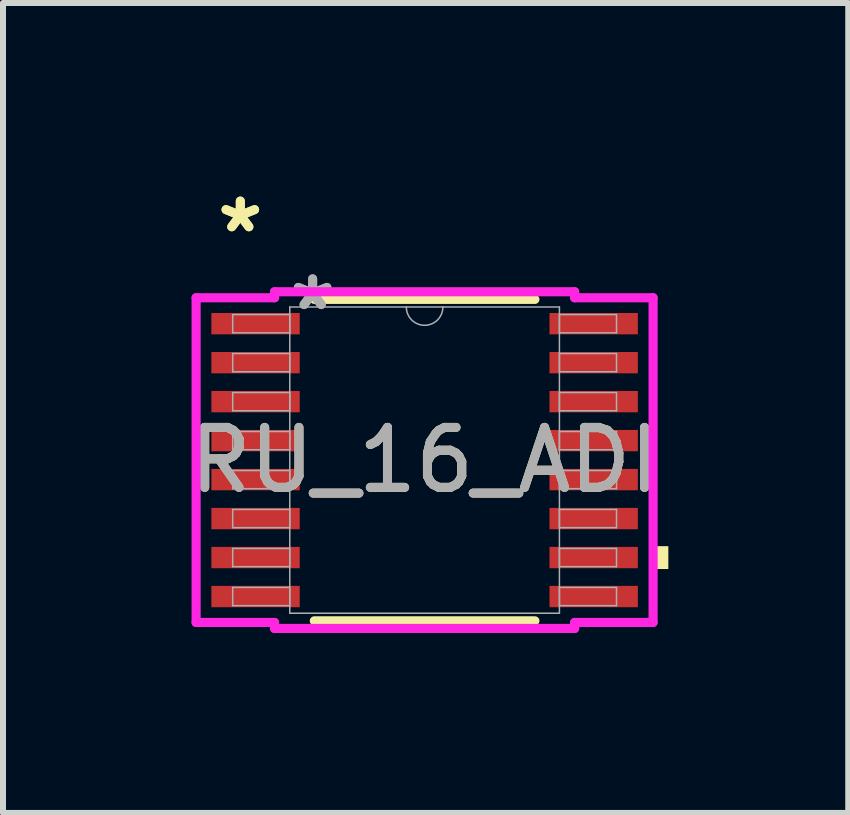
<source format=kicad_pcb>
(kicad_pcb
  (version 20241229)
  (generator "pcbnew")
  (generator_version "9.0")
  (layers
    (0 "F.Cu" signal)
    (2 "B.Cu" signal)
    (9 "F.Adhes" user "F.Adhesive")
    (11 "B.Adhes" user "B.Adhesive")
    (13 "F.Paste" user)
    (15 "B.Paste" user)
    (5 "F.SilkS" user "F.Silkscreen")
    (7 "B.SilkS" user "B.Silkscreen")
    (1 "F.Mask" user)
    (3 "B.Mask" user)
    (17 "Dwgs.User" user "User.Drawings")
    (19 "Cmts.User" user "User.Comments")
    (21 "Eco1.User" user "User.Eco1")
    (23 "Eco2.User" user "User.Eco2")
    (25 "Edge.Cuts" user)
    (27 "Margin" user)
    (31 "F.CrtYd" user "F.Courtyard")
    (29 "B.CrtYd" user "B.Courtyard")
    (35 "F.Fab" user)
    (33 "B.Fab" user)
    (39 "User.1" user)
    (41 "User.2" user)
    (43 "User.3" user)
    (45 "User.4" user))
  (footprint "RU_16_ADI"
    (layer "F.Cu")
    (at 4.03 4.622)
    (property "Reference" "RU_16_ADI" (at 0 0 0) (unlocked yes) (layer "F.SilkS") (effects (font (size 1 1) (thickness 0.15))))
    (attr smd)
    (fp_line (start -1.839 2.68) (end 1.839 2.68) (stroke (width 0.152) (type solid)) (layer "F.SilkS"))
    (fp_line (start 1.839 -2.68) (end -1.839 -2.68) (stroke (width 0.152) (type solid)) (layer "F.SilkS"))
    (fp_poly (pts (xy 4.064 1.435) (xy 4.064 1.816) (xy 3.81 1.816) (xy 3.81 1.435)) (stroke (width 0) (type solid)) (fill yes) (layer "F.SilkS"))
    (fp_line (start -3.81 -2.707) (end -2.502 -2.707) (stroke (width 0.152) (type solid)) (layer "F.CrtYd"))
    (fp_line (start -3.81 2.707) (end -3.81 -2.707) (stroke (width 0.152) (type solid)) (layer "F.CrtYd"))
    (fp_line (start -3.81 2.707) (end -2.502 2.707) (stroke (width 0.152) (type solid)) (layer "F.CrtYd"))
    (fp_line (start -2.502 -2.807) (end 2.502 -2.807) (stroke (width 0.152) (type solid)) (layer "F.CrtYd"))
    (fp_line (start -2.502 -2.707) (end -2.502 -2.807) (stroke (width 0.152) (type solid)) (layer "F.CrtYd"))
    (fp_line (start -2.502 2.807) (end -2.502 2.707) (stroke (width 0.152) (type solid)) (layer "F.CrtYd"))
    (fp_line (start 2.502 -2.807) (end 2.502 -2.707) (stroke (width 0.152) (type solid)) (layer "F.CrtYd"))
    (fp_line (start 2.502 2.707) (end 2.502 2.807) (stroke (width 0.152) (type solid)) (layer "F.CrtYd"))
    (fp_line (start 2.502 2.807) (end -2.502 2.807) (stroke (width 0.152) (type solid)) (layer "F.CrtYd"))
    (fp_line (start 3.81 -2.707) (end 2.502 -2.707) (stroke (width 0.152) (type solid)) (layer "F.CrtYd"))
    (fp_line (start 3.81 -2.707) (end 3.81 2.707) (stroke (width 0.152) (type solid)) (layer "F.CrtYd"))
    (fp_line (start 3.81 2.707) (end 2.502 2.707) (stroke (width 0.152) (type solid)) (layer "F.CrtYd"))
    (fp_line (start -3.2 -2.427) (end -3.2 -2.123) (stroke (width 0.025) (type solid)) (layer "F.Fab"))
    (fp_line (start -3.2 -2.123) (end -2.248 -2.123) (stroke (width 0.025) (type solid)) (layer "F.Fab"))
    (fp_line (start -3.2 -1.777) (end -3.2 -1.473) (stroke (width 0.025) (type solid)) (layer "F.Fab"))
    (fp_line (start -3.2 -1.473) (end -2.248 -1.473) (stroke (width 0.025) (type solid)) (layer "F.Fab"))
    (fp_line (start -3.2 -1.127) (end -3.2 -0.823) (stroke (width 0.025) (type solid)) (layer "F.Fab"))
    (fp_line (start -3.2 -0.823) (end -2.248 -0.823) (stroke (width 0.025) (type solid)) (layer "F.Fab"))
    (fp_line (start -3.2 -0.477) (end -3.2 -0.173) (stroke (width 0.025) (type solid)) (layer "F.Fab"))
    (fp_line (start -3.2 -0.173) (end -2.248 -0.173) (stroke (width 0.025) (type solid)) (layer "F.Fab"))
    (fp_line (start -3.2 0.173) (end -3.2 0.477) (stroke (width 0.025) (type solid)) (layer "F.Fab"))
    (fp_line (start -3.2 0.477) (end -2.248 0.477) (stroke (width 0.025) (type solid)) (layer "F.Fab"))
    (fp_line (start -3.2 0.823) (end -3.2 1.127) (stroke (width 0.025) (type solid)) (layer "F.Fab"))
    (fp_line (start -3.2 1.127) (end -2.248 1.127) (stroke (width 0.025) (type solid)) (layer "F.Fab"))
    (fp_line (start -3.2 1.473) (end -3.2 1.777) (stroke (width 0.025) (type solid)) (layer "F.Fab"))
    (fp_line (start -3.2 1.777) (end -2.248 1.777) (stroke (width 0.025) (type solid)) (layer "F.Fab"))
    (fp_line (start -3.2 2.123) (end -3.2 2.427) (stroke (width 0.025) (type solid)) (layer "F.Fab"))
    (fp_line (start -3.2 2.427) (end -2.248 2.427) (stroke (width 0.025) (type solid)) (layer "F.Fab"))
    (fp_line (start -2.248 -2.553) (end -2.248 2.553) (stroke (width 0.025) (type solid)) (layer "F.Fab"))
    (fp_line (start -2.248 -2.427) (end -3.2 -2.427) (stroke (width 0.025) (type solid)) (layer "F.Fab"))
    (fp_line (start -2.248 -2.123) (end -2.248 -2.427) (stroke (width 0.025) (type solid)) (layer "F.Fab"))
    (fp_line (start -2.248 -1.777) (end -3.2 -1.777) (stroke (width 0.025) (type solid)) (layer "F.Fab"))
    (fp_line (start -2.248 -1.473) (end -2.248 -1.777) (stroke (width 0.025) (type solid)) (layer "F.Fab"))
    (fp_line (start -2.248 -1.127) (end -3.2 -1.127) (stroke (width 0.025) (type solid)) (layer "F.Fab"))
    (fp_line (start -2.248 -0.823) (end -2.248 -1.127) (stroke (width 0.025) (type solid)) (layer "F.Fab"))
    (fp_line (start -2.248 -0.477) (end -3.2 -0.477) (stroke (width 0.025) (type solid)) (layer "F.Fab"))
    (fp_line (start -2.248 -0.173) (end -2.248 -0.477) (stroke (width 0.025) (type solid)) (layer "F.Fab"))
    (fp_line (start -2.248 0.173) (end -3.2 0.173) (stroke (width 0.025) (type solid)) (layer "F.Fab"))
    (fp_line (start -2.248 0.477) (end -2.248 0.173) (stroke (width 0.025) (type solid)) (layer "F.Fab"))
    (fp_line (start -2.248 0.823) (end -3.2 0.823) (stroke (width 0.025) (type solid)) (layer "F.Fab"))
    (fp_line (start -2.248 1.127) (end -2.248 0.823) (stroke (width 0.025) (type solid)) (layer "F.Fab"))
    (fp_line (start -2.248 1.473) (end -3.2 1.473) (stroke (width 0.025) (type solid)) (layer "F.Fab"))
    (fp_line (start -2.248 1.777) (end -2.248 1.473) (stroke (width 0.025) (type solid)) (layer "F.Fab"))
    (fp_line (start -2.248 2.123) (end -3.2 2.123) (stroke (width 0.025) (type solid)) (layer "F.Fab"))
    (fp_line (start -2.248 2.427) (end -2.248 2.123) (stroke (width 0.025) (type solid)) (layer "F.Fab"))
    (fp_line (start -2.248 2.553) (end 2.248 2.553) (stroke (width 0.025) (type solid)) (layer "F.Fab"))
    (fp_line (start 2.248 -2.553) (end -2.248 -2.553) (stroke (width 0.025) (type solid)) (layer "F.Fab"))
    (fp_line (start 2.248 -2.427) (end 2.248 -2.123) (stroke (width 0.025) (type solid)) (layer "F.Fab"))
    (fp_line (start 2.248 -2.123) (end 3.2 -2.123) (stroke (width 0.025) (type solid)) (layer "F.Fab"))
    (fp_line (start 2.248 -1.777) (end 2.248 -1.473) (stroke (width 0.025) (type solid)) (layer "F.Fab"))
    (fp_line (start 2.248 -1.473) (end 3.2 -1.473) (stroke (width 0.025) (type solid)) (layer "F.Fab"))
    (fp_line (start 2.248 -1.127) (end 2.248 -0.823) (stroke (width 0.025) (type solid)) (layer "F.Fab"))
    (fp_line (start 2.248 -0.823) (end 3.2 -0.823) (stroke (width 0.025) (type solid)) (layer "F.Fab"))
    (fp_line (start 2.248 -0.477) (end 2.248 -0.173) (stroke (width 0.025) (type solid)) (layer "F.Fab"))
    (fp_line (start 2.248 -0.173) (end 3.2 -0.173) (stroke (width 0.025) (type solid)) (layer "F.Fab"))
    (fp_line (start 2.248 0.173) (end 2.248 0.477) (stroke (width 0.025) (type solid)) (layer "F.Fab"))
    (fp_line (start 2.248 0.477) (end 3.2 0.477) (stroke (width 0.025) (type solid)) (layer "F.Fab"))
    (fp_line (start 2.248 0.823) (end 2.248 1.127) (stroke (width 0.025) (type solid)) (layer "F.Fab"))
    (fp_line (start 2.248 1.127) (end 3.2 1.127) (stroke (width 0.025) (type solid)) (layer "F.Fab"))
    (fp_line (start 2.248 1.473) (end 2.248 1.777) (stroke (width 0.025) (type solid)) (layer "F.Fab"))
    (fp_line (start 2.248 1.777) (end 3.2 1.777) (stroke (width 0.025) (type solid)) (layer "F.Fab"))
    (fp_line (start 2.248 2.123) (end 2.248 2.427) (stroke (width 0.025) (type solid)) (layer "F.Fab"))
    (fp_line (start 2.248 2.427) (end 3.2 2.427) (stroke (width 0.025) (type solid)) (layer "F.Fab"))
    (fp_line (start 2.248 2.553) (end 2.248 -2.553) (stroke (width 0.025) (type solid)) (layer "F.Fab"))
    (fp_line (start 3.2 -2.427) (end 2.248 -2.427) (stroke (width 0.025) (type solid)) (layer "F.Fab"))
    (fp_line (start 3.2 -2.123) (end 3.2 -2.427) (stroke (width 0.025) (type solid)) (layer "F.Fab"))
    (fp_line (start 3.2 -1.777) (end 2.248 -1.777) (stroke (width 0.025) (type solid)) (layer "F.Fab"))
    (fp_line (start 3.2 -1.473) (end 3.2 -1.777) (stroke (width 0.025) (type solid)) (layer "F.Fab"))
    (fp_line (start 3.2 -1.127) (end 2.248 -1.127) (stroke (width 0.025) (type solid)) (layer "F.Fab"))
    (fp_line (start 3.2 -0.823) (end 3.2 -1.127) (stroke (width 0.025) (type solid)) (layer "F.Fab"))
    (fp_line (start 3.2 -0.477) (end 2.248 -0.477) (stroke (width 0.025) (type solid)) (layer "F.Fab"))
    (fp_line (start 3.2 -0.173) (end 3.2 -0.477) (stroke (width 0.025) (type solid)) (layer "F.Fab"))
    (fp_line (start 3.2 0.173) (end 2.248 0.173) (stroke (width 0.025) (type solid)) (layer "F.Fab"))
    (fp_line (start 3.2 0.477) (end 3.2 0.173) (stroke (width 0.025) (type solid)) (layer "F.Fab"))
    (fp_line (start 3.2 0.823) (end 2.248 0.823) (stroke (width 0.025) (type solid)) (layer "F.Fab"))
    (fp_line (start 3.2 1.127) (end 3.2 0.823) (stroke (width 0.025) (type solid)) (layer "F.Fab"))
    (fp_line (start 3.2 1.473) (end 2.248 1.473) (stroke (width 0.025) (type solid)) (layer "F.Fab"))
    (fp_line (start 3.2 1.777) (end 3.2 1.473) (stroke (width 0.025) (type solid)) (layer "F.Fab"))
    (fp_line (start 3.2 2.123) (end 2.248 2.123) (stroke (width 0.025) (type solid)) (layer "F.Fab"))
    (fp_line (start 3.2 2.427) (end 3.2 2.123) (stroke (width 0.025) (type solid)) (layer "F.Fab"))
    (fp_arc (start 0.3048 -2.5527) (mid 0 -2.2479) (end -0.3048 -2.5527) (stroke (width 0.0254) (type solid)) (layer "F.Fab"))
    (fp_text user "*" (at -3.073 -3.774 0) (unlocked yes) (layer "F.SilkS") (effects (font (size 1 1) (thickness 0.15))))
    (fp_text user "*" (at -3.073 -3.774 0) (layer "F.SilkS") (effects (font (size 1 1) (thickness 0.15))))
    (fp_text user "*" (at -1.867 -2.477 0) (layer "F.Fab") (effects (font (size 1 1) (thickness 0.15))))
    (fp_text user "*" (at -1.867 -2.477 0) (unlocked yes) (layer "F.Fab") (effects (font (size 1 1) (thickness 0.15))))
    (fp_text user "${REFERENCE}" (at 0 0 0) (unlocked yes) (layer "F.Fab") (effects (font (size 1 1) (thickness 0.15))))
    (pad "1" smd rect (at -2.819 -2.275) (size 1.473 0.356) (layers "F.Cu" "F.Mask" "F.Paste"))
    (pad "2" smd rect (at -2.819 -1.625) (size 1.473 0.356) (layers "F.Cu" "F.Mask" "F.Paste"))
    (pad "3" smd rect (at -2.819 -0.975) (size 1.473 0.356) (layers "F.Cu" "F.Mask" "F.Paste"))
    (pad "4" smd rect (at -2.819 -0.325) (size 1.473 0.356) (layers "F.Cu" "F.Mask" "F.Paste"))
    (pad "5" smd rect (at -2.819 0.325) (size 1.473 0.356) (layers "F.Cu" "F.Mask" "F.Paste"))
    (pad "6" smd rect (at -2.819 0.975) (size 1.473 0.356) (layers "F.Cu" "F.Mask" "F.Paste"))
    (pad "7" smd rect (at -2.819 1.625) (size 1.473 0.356) (layers "F.Cu" "F.Mask" "F.Paste"))
    (pad "8" smd rect (at -2.819 2.275) (size 1.473 0.356) (layers "F.Cu" "F.Mask" "F.Paste"))
    (pad "9" smd rect (at 2.819 2.275) (size 1.473 0.356) (layers "F.Cu" "F.Mask" "F.Paste"))
    (pad "10" smd rect (at 2.819 1.625) (size 1.473 0.356) (layers "F.Cu" "F.Mask" "F.Paste"))
    (pad "11" smd rect (at 2.819 0.975) (size 1.473 0.356) (layers "F.Cu" "F.Mask" "F.Paste"))
    (pad "12" smd rect (at 2.819 0.325) (size 1.473 0.356) (layers "F.Cu" "F.Mask" "F.Paste"))
    (pad "13" smd rect (at 2.819 -0.325) (size 1.473 0.356) (layers "F.Cu" "F.Mask" "F.Paste"))
    (pad "14" smd rect (at 2.819 -0.975) (size 1.473 0.356) (layers "F.Cu" "F.Mask" "F.Paste"))
    (pad "15" smd rect (at 2.819 -1.625) (size 1.473 0.356) (layers "F.Cu" "F.Mask" "F.Paste"))
    (pad "16" smd rect (at 2.819 -2.275) (size 1.473 0.356) (layers "F.Cu" "F.Mask" "F.Paste")))
  (gr_rect
    (start -3 -3)
    (end 11.094 10.505)
    (stroke (width 0.1) (type default))
    (fill no)
    (layer "Edge.Cuts")))
</source>
